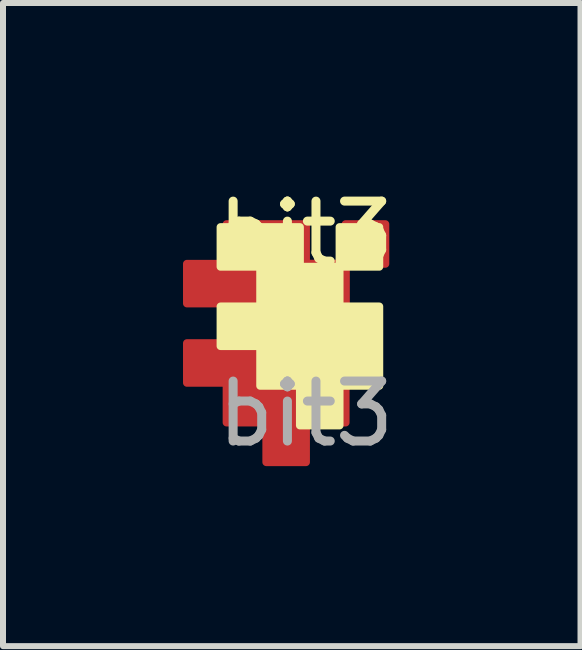
<source format=kicad_pcb>
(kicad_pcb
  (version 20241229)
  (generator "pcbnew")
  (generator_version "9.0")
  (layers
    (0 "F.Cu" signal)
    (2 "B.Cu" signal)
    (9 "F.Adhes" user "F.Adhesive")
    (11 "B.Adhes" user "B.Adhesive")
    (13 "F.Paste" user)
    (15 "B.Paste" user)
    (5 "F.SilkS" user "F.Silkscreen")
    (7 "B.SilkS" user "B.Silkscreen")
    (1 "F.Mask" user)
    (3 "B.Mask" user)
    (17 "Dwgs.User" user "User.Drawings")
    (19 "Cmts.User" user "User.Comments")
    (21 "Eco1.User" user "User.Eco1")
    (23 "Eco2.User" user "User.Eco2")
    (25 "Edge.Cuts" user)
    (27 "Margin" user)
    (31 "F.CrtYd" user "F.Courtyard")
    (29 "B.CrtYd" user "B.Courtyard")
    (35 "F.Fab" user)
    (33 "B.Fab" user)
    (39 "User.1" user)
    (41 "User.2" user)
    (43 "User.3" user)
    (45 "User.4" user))
  (footprint "bit3"
    (layer "F.Cu")
    (at 2.051 1.348)
    (property "Reference" "bit3" (at 0 -0.5 0) (unlocked yes) (layer "F.SilkS") (effects (font (size 1 1) (thickness 0.15))))
    (fp_poly (pts (xy -1.984 0) (xy -0.661 0) (xy -0.661 0.661) (xy -1.984 0.661) (xy -1.984 0)) (stroke (width 0.132) (type solid)) (fill yes) (layer "F.Cu"))
    (fp_poly (pts (xy -1.984 1.323) (xy -1.323 1.323) (xy -1.323 1.984) (xy -1.984 1.984) (xy -1.984 1.323)) (stroke (width 0.132) (type solid)) (fill yes) (layer "F.Cu"))
    (fp_poly (pts (xy -1.323 -0.661) (xy 0 -0.661) (xy 0 0) (xy -1.323 0) (xy -1.323 -0.661)) (stroke (width 0.132) (type solid)) (fill yes) (layer "F.Cu"))
    (fp_poly (pts (xy -1.323 0.661) (xy -0.661 0.661) (xy -0.661 1.323) (xy -1.323 1.323) (xy -1.323 0.661)) (stroke (width 0.132) (type solid)) (fill yes) (layer "F.Cu"))
    (fp_poly (pts (xy -1.323 0.661) (xy 0 0.661) (xy 0 1.984) (xy -1.323 1.984) (xy -1.323 0.661)) (stroke (width 0.132) (type solid)) (fill yes) (layer "F.Cu"))
    (fp_poly (pts (xy -1.323 1.984) (xy -0.661 1.984) (xy -0.661 2.646) (xy -1.323 2.646) (xy -1.323 1.984)) (stroke (width 0.132) (type solid)) (fill yes) (layer "F.Cu"))
    (fp_poly (pts (xy -0.661 0) (xy 0.661 0) (xy 0.661 1.323) (xy -0.661 1.323) (xy -0.661 0)) (stroke (width 0.132) (type solid)) (fill yes) (layer "F.Cu"))
    (fp_poly (pts (xy -0.661 1.323) (xy 0 1.323) (xy 0 1.984) (xy -0.661 1.984) (xy -0.661 1.323)) (stroke (width 0.132) (type solid)) (fill yes) (layer "F.Cu"))
    (fp_poly (pts (xy -0.661 1.984) (xy 0 1.984) (xy 0 3.307) (xy -0.661 3.307) (xy -0.661 1.984)) (stroke (width 0.132) (type solid)) (fill yes) (layer "F.Cu"))
    (fp_poly (pts (xy 0 0) (xy 0.661 0) (xy 0.661 0.661) (xy 0 0.661) (xy 0 0)) (stroke (width 0.132) (type solid)) (fill yes) (layer "F.Cu"))
    (fp_poly (pts (xy 0 1.323) (xy 0.661 1.323) (xy 0.661 2.646) (xy 0 2.646) (xy 0 1.323)) (stroke (width 0.132) (type solid)) (fill yes) (layer "F.Cu"))
    (fp_poly (pts (xy 0.661 -0.661) (xy 1.323 -0.661) (xy 1.323 0) (xy 0.661 0) (xy 0.661 -0.661)) (stroke (width 0.132) (type solid)) (fill yes) (layer "F.Cu"))
    (fp_poly (pts (xy -1.424 -0.612) (xy -0.101 -0.612) (xy -0.101 0.049) (xy -1.424 0.049) (xy -1.424 -0.612)) (stroke (width 0.132) (type solid)) (fill yes) (layer "F.SilkS"))
    (fp_poly (pts (xy -1.424 0.711) (xy -0.763 0.711) (xy -0.763 1.372) (xy -1.424 1.372) (xy -1.424 0.711)) (stroke (width 0.132) (type solid)) (fill yes) (layer "F.SilkS"))
    (fp_poly (pts (xy -0.763 0.049) (xy 0.56 0.049) (xy 0.56 1.372) (xy -0.763 1.372) (xy -0.763 0.049)) (stroke (width 0.132) (type solid)) (fill yes) (layer "F.SilkS"))
    (fp_poly (pts (xy -0.763 1.372) (xy -0.101 1.372) (xy -0.101 2.034) (xy -0.763 2.034) (xy -0.763 1.372)) (stroke (width 0.132) (type solid)) (fill yes) (layer "F.SilkS"))
    (fp_poly (pts (xy -0.101 1.372) (xy 0.56 1.372) (xy 0.56 2.695) (xy -0.101 2.695) (xy -0.101 1.372)) (stroke (width 0.132) (type solid)) (fill yes) (layer "F.SilkS"))
    (fp_poly (pts (xy 0.56 -0.612) (xy 1.222 -0.612) (xy 1.222 0.049) (xy 0.56 0.049) (xy 0.56 -0.612)) (stroke (width 0.132) (type solid)) (fill yes) (layer "F.SilkS"))
    (fp_poly (pts (xy 0.56 0.711) (xy 1.222 0.711) (xy 1.222 2.034) (xy 0.56 2.034) (xy 0.56 0.711)) (stroke (width 0.132) (type solid)) (fill yes) (layer "F.SilkS"))
    (fp_text user "${REFERENCE}" (at 0 2.5 0) (unlocked yes) (layer "F.Fab") (effects (font (size 1 1) (thickness 0.15)))))
  (gr_rect
    (start -3 -3)
    (end 6.628 7.722)
    (stroke (width 0.1) (type default))
    (fill no)
    (layer "Edge.Cuts")))
</source>
